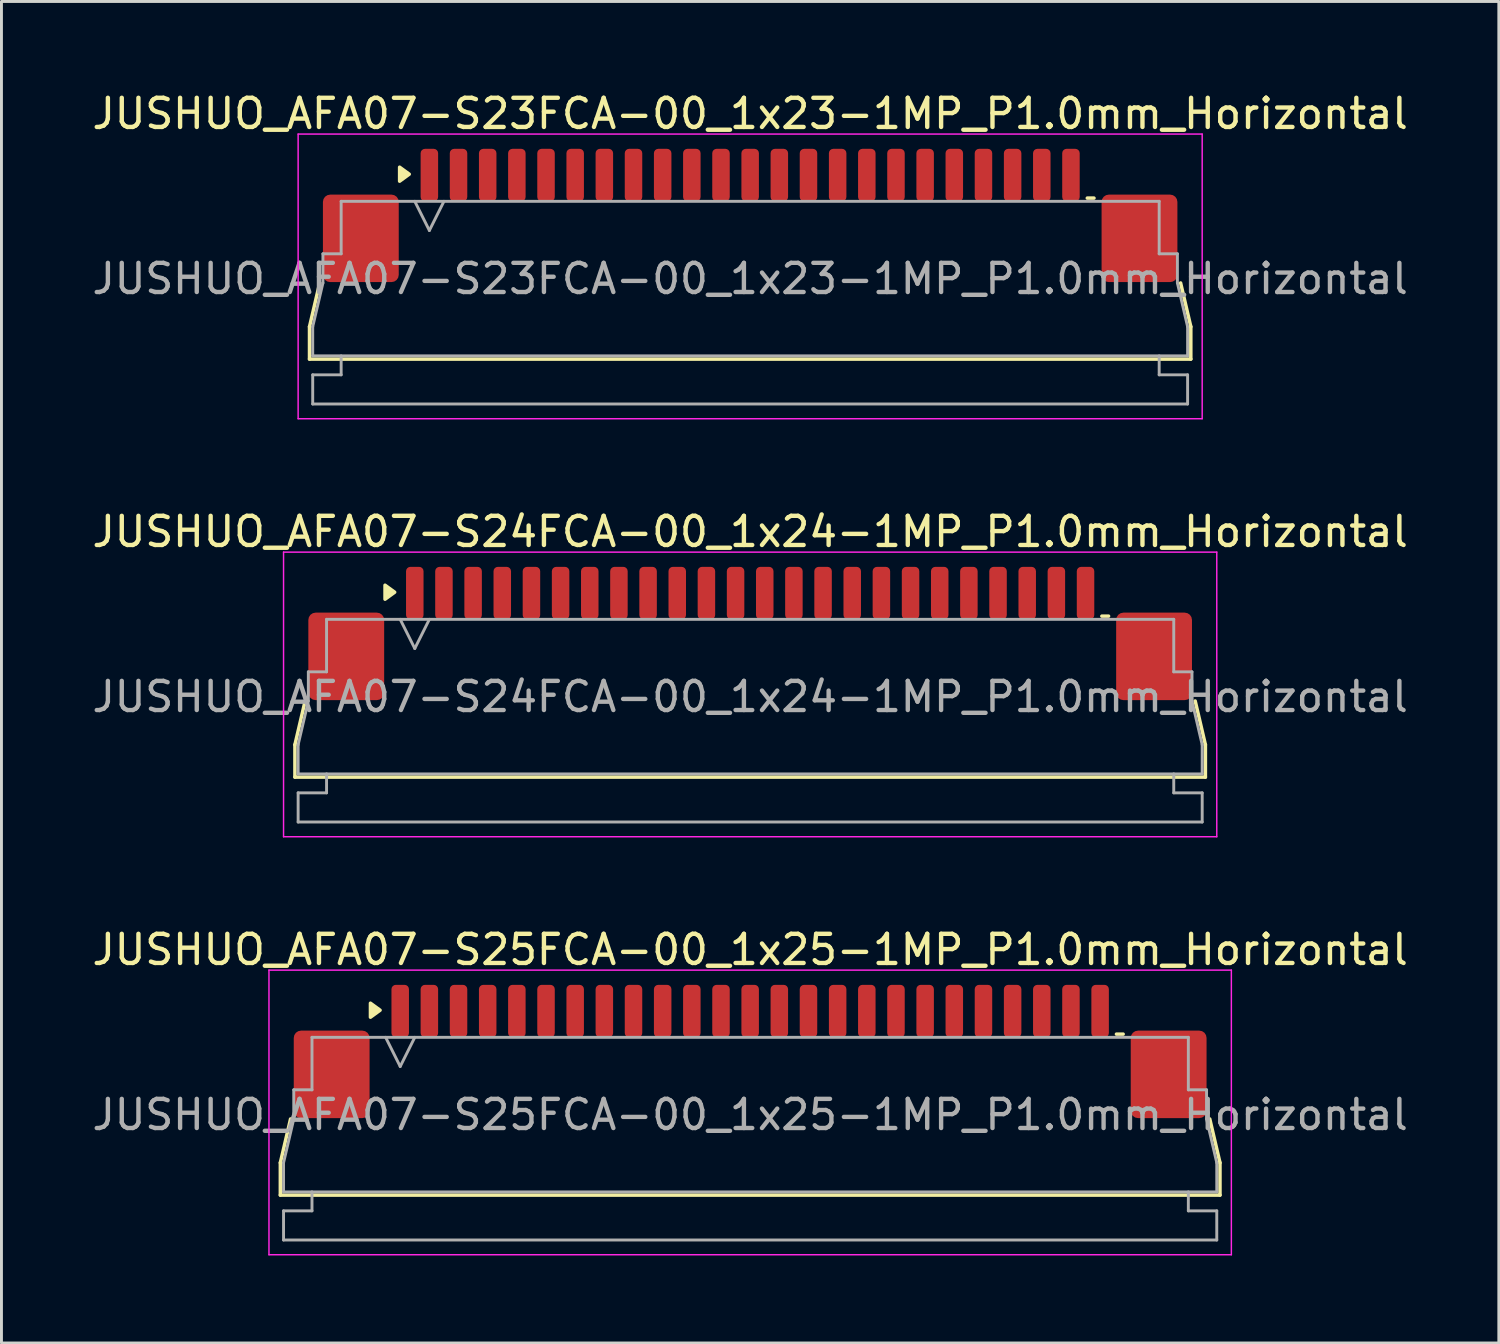
<source format=kicad_pcb>
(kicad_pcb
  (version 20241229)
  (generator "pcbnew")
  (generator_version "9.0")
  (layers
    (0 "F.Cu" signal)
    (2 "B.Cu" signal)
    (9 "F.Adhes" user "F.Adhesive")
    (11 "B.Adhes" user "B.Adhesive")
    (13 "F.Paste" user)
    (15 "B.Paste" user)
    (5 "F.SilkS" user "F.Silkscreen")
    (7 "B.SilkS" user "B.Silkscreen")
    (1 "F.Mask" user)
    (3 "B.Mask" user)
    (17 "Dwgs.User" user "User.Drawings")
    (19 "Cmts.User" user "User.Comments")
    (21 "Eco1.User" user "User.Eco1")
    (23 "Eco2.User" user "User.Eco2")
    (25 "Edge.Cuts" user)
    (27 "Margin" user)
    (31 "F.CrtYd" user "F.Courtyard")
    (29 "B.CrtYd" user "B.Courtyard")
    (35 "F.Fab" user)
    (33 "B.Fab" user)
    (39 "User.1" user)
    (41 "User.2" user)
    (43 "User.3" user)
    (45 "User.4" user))
  (footprint "JUSHUO_AFA07-S25FCA-00_1x25-1MP_P1.0mm_Horizontal"
    (layer "F.Cu")
    (at 22.673 34.995)
    (property "Reference" "JUSHUO_AFA07-S25FCA-00_1x25-1MP_P1.0mm_Horizontal" (at 0 -5.48 0) (layer "F.SilkS") (effects (font (size 1 1) (thickness 0.15))))
    (attr smd)
    (fp_line (start -16.11 1.825) (end -15.76 0.325) (stroke (width 0.12) (type solid)) (layer "F.SilkS"))
    (fp_line (start -16.11 2.935) (end -16.11 1.825) (stroke (width 0.12) (type solid)) (layer "F.SilkS"))
    (fp_line (start 12.56 -2.585) (end 12.79 -2.585) (stroke (width 0.12) (type solid)) (layer "F.SilkS"))
    (fp_line (start 15.76 0.325) (end 16.11 1.825) (stroke (width 0.12) (type solid)) (layer "F.SilkS"))
    (fp_line (start 16.11 1.825) (end 16.11 2.935) (stroke (width 0.12) (type solid)) (layer "F.SilkS"))
    (fp_line (start 16.11 2.935) (end -16.11 2.935) (stroke (width 0.12) (type solid)) (layer "F.SilkS"))
    (fp_poly (pts (xy -12.69 -3.405) (xy -13.02 -3.165) (xy -13.02 -3.645)) (stroke (width 0.12) (type solid)) (fill yes) (layer "F.SilkS"))
    (fp_line (start -16.5 -4.78) (end -16.5 4.98) (stroke (width 0.05) (type solid)) (layer "F.CrtYd"))
    (fp_line (start -16.5 4.98) (end 16.5 4.98) (stroke (width 0.05) (type solid)) (layer "F.CrtYd"))
    (fp_line (start 16.5 -4.78) (end -16.5 -4.78) (stroke (width 0.05) (type solid)) (layer "F.CrtYd"))
    (fp_line (start 16.5 4.98) (end 16.5 -4.78) (stroke (width 0.05) (type solid)) (layer "F.CrtYd"))
    (fp_line (start -16 1.825) (end -15.65 0.325) (stroke (width 0.1) (type solid)) (layer "F.Fab"))
    (fp_line (start -16 2.825) (end -16 1.825) (stroke (width 0.1) (type solid)) (layer "F.Fab"))
    (fp_line (start -16 3.475) (end -15.025 3.475) (stroke (width 0.1) (type solid)) (layer "F.Fab"))
    (fp_line (start -16 4.475) (end -16 3.475) (stroke (width 0.1) (type solid)) (layer "F.Fab"))
    (fp_line (start -15.65 -0.675) (end -15.025 -0.675) (stroke (width 0.1) (type solid)) (layer "F.Fab"))
    (fp_line (start -15.65 0.325) (end -15.65 -0.675) (stroke (width 0.1) (type solid)) (layer "F.Fab"))
    (fp_line (start -15.025 -2.475) (end 15.025 -2.475) (stroke (width 0.1) (type solid)) (layer "F.Fab"))
    (fp_line (start -15.025 -0.675) (end -15.025 -2.475) (stroke (width 0.1) (type solid)) (layer "F.Fab"))
    (fp_line (start -15.025 3.475) (end -15.025 2.825) (stroke (width 0.1) (type solid)) (layer "F.Fab"))
    (fp_line (start -12.5 -2.475) (end -12 -1.475) (stroke (width 0.1) (type solid)) (layer "F.Fab"))
    (fp_line (start -12 -1.475) (end -11.5 -2.475) (stroke (width 0.1) (type solid)) (layer "F.Fab"))
    (fp_line (start 15.025 -2.475) (end 15.025 -0.675) (stroke (width 0.1) (type solid)) (layer "F.Fab"))
    (fp_line (start 15.025 -0.675) (end 15.65 -0.675) (stroke (width 0.1) (type solid)) (layer "F.Fab"))
    (fp_line (start 15.025 2.825) (end 15.025 3.475) (stroke (width 0.1) (type solid)) (layer "F.Fab"))
    (fp_line (start 15.025 3.475) (end 16 3.475) (stroke (width 0.1) (type solid)) (layer "F.Fab"))
    (fp_line (start 15.65 -0.675) (end 15.65 0.325) (stroke (width 0.1) (type solid)) (layer "F.Fab"))
    (fp_line (start 15.65 0.325) (end 16 1.825) (stroke (width 0.1) (type solid)) (layer "F.Fab"))
    (fp_line (start 16 1.825) (end 16 2.825) (stroke (width 0.1) (type solid)) (layer "F.Fab"))
    (fp_line (start 16 2.825) (end -16 2.825) (stroke (width 0.1) (type solid)) (layer "F.Fab"))
    (fp_line (start 16 3.475) (end 16 4.475) (stroke (width 0.1) (type solid)) (layer "F.Fab"))
    (fp_line (start 16 4.475) (end -16 4.475) (stroke (width 0.1) (type solid)) (layer "F.Fab"))
    (fp_text user "${REFERENCE}" (at 0 0.18 0) (layer "F.Fab") (effects (font (size 1 1) (thickness 0.15))))
    (pad "1" smd roundrect (at -12 -3.375) (size 0.6 1.8) (layers "F.Cu" "F.Mask" "F.Paste") (roundrect_rratio 0.25))
    (pad "2" smd roundrect (at -11 -3.375) (size 0.6 1.8) (layers "F.Cu" "F.Mask" "F.Paste") (roundrect_rratio 0.25))
    (pad "3" smd roundrect (at -10 -3.375) (size 0.6 1.8) (layers "F.Cu" "F.Mask" "F.Paste") (roundrect_rratio 0.25))
    (pad "4" smd roundrect (at -9 -3.375) (size 0.6 1.8) (layers "F.Cu" "F.Mask" "F.Paste") (roundrect_rratio 0.25))
    (pad "5" smd roundrect (at -8 -3.375) (size 0.6 1.8) (layers "F.Cu" "F.Mask" "F.Paste") (roundrect_rratio 0.25))
    (pad "6" smd roundrect (at -7 -3.375) (size 0.6 1.8) (layers "F.Cu" "F.Mask" "F.Paste") (roundrect_rratio 0.25))
    (pad "7" smd roundrect (at -6 -3.375) (size 0.6 1.8) (layers "F.Cu" "F.Mask" "F.Paste") (roundrect_rratio 0.25))
    (pad "8" smd roundrect (at -5 -3.375) (size 0.6 1.8) (layers "F.Cu" "F.Mask" "F.Paste") (roundrect_rratio 0.25))
    (pad "9" smd roundrect (at -4 -3.375) (size 0.6 1.8) (layers "F.Cu" "F.Mask" "F.Paste") (roundrect_rratio 0.25))
    (pad "10" smd roundrect (at -3 -3.375) (size 0.6 1.8) (layers "F.Cu" "F.Mask" "F.Paste") (roundrect_rratio 0.25))
    (pad "11" smd roundrect (at -2 -3.375) (size 0.6 1.8) (layers "F.Cu" "F.Mask" "F.Paste") (roundrect_rratio 0.25))
    (pad "12" smd roundrect (at -1 -3.375) (size 0.6 1.8) (layers "F.Cu" "F.Mask" "F.Paste") (roundrect_rratio 0.25))
    (pad "13" smd roundrect (at 0 -3.375) (size 0.6 1.8) (layers "F.Cu" "F.Mask" "F.Paste") (roundrect_rratio 0.25))
    (pad "14" smd roundrect (at 1 -3.375) (size 0.6 1.8) (layers "F.Cu" "F.Mask" "F.Paste") (roundrect_rratio 0.25))
    (pad "15" smd roundrect (at 2 -3.375) (size 0.6 1.8) (layers "F.Cu" "F.Mask" "F.Paste") (roundrect_rratio 0.25))
    (pad "16" smd roundrect (at 3 -3.375) (size 0.6 1.8) (layers "F.Cu" "F.Mask" "F.Paste") (roundrect_rratio 0.25))
    (pad "17" smd roundrect (at 4 -3.375) (size 0.6 1.8) (layers "F.Cu" "F.Mask" "F.Paste") (roundrect_rratio 0.25))
    (pad "18" smd roundrect (at 5 -3.375) (size 0.6 1.8) (layers "F.Cu" "F.Mask" "F.Paste") (roundrect_rratio 0.25))
    (pad "19" smd roundrect (at 6 -3.375) (size 0.6 1.8) (layers "F.Cu" "F.Mask" "F.Paste") (roundrect_rratio 0.25))
    (pad "20" smd roundrect (at 7 -3.375) (size 0.6 1.8) (layers "F.Cu" "F.Mask" "F.Paste") (roundrect_rratio 0.25))
    (pad "21" smd roundrect (at 8 -3.375) (size 0.6 1.8) (layers "F.Cu" "F.Mask" "F.Paste") (roundrect_rratio 0.25))
    (pad "22" smd roundrect (at 9 -3.375) (size 0.6 1.8) (layers "F.Cu" "F.Mask" "F.Paste") (roundrect_rratio 0.25))
    (pad "23" smd roundrect (at 10 -3.375) (size 0.6 1.8) (layers "F.Cu" "F.Mask" "F.Paste") (roundrect_rratio 0.25))
    (pad "24" smd roundrect (at 11 -3.375) (size 0.6 1.8) (layers "F.Cu" "F.Mask" "F.Paste") (roundrect_rratio 0.25))
    (pad "25" smd roundrect (at 12 -3.375) (size 0.6 1.8) (layers "F.Cu" "F.Mask" "F.Paste") (roundrect_rratio 0.25))
    (pad "MP" smd roundrect (at -14.35 -1.205) (size 2.6 3) (layers "F.Cu" "F.Mask" "F.Paste") (roundrect_rratio 0.096))
    (pad "MP" smd roundrect (at 14.35 -1.205) (size 2.6 3) (layers "F.Cu" "F.Mask" "F.Paste") (roundrect_rratio 0.096)))
  (footprint "JUSHUO_AFA07-S23FCA-00_1x23-1MP_P1.0mm_Horizontal"
    (layer "F.Cu")
    (at 22.673 6.328)
    (property "Reference" "JUSHUO_AFA07-S23FCA-00_1x23-1MP_P1.0mm_Horizontal" (at 0 -5.48 0) (layer "F.SilkS") (effects (font (size 1 1) (thickness 0.15))))
    (attr smd)
    (fp_line (start -15.11 1.825) (end -14.76 0.325) (stroke (width 0.12) (type solid)) (layer "F.SilkS"))
    (fp_line (start -15.11 2.935) (end -15.11 1.825) (stroke (width 0.12) (type solid)) (layer "F.SilkS"))
    (fp_line (start 11.56 -2.585) (end 11.79 -2.585) (stroke (width 0.12) (type solid)) (layer "F.SilkS"))
    (fp_line (start 14.76 0.325) (end 15.11 1.825) (stroke (width 0.12) (type solid)) (layer "F.SilkS"))
    (fp_line (start 15.11 1.825) (end 15.11 2.935) (stroke (width 0.12) (type solid)) (layer "F.SilkS"))
    (fp_line (start 15.11 2.935) (end -15.11 2.935) (stroke (width 0.12) (type solid)) (layer "F.SilkS"))
    (fp_poly (pts (xy -11.69 -3.405) (xy -12.02 -3.165) (xy -12.02 -3.645)) (stroke (width 0.12) (type solid)) (fill yes) (layer "F.SilkS"))
    (fp_line (start -15.5 -4.78) (end -15.5 4.98) (stroke (width 0.05) (type solid)) (layer "F.CrtYd"))
    (fp_line (start -15.5 4.98) (end 15.5 4.98) (stroke (width 0.05) (type solid)) (layer "F.CrtYd"))
    (fp_line (start 15.5 -4.78) (end -15.5 -4.78) (stroke (width 0.05) (type solid)) (layer "F.CrtYd"))
    (fp_line (start 15.5 4.98) (end 15.5 -4.78) (stroke (width 0.05) (type solid)) (layer "F.CrtYd"))
    (fp_line (start -15 1.825) (end -14.65 0.325) (stroke (width 0.1) (type solid)) (layer "F.Fab"))
    (fp_line (start -15 2.825) (end -15 1.825) (stroke (width 0.1) (type solid)) (layer "F.Fab"))
    (fp_line (start -15 3.475) (end -14.025 3.475) (stroke (width 0.1) (type solid)) (layer "F.Fab"))
    (fp_line (start -15 4.475) (end -15 3.475) (stroke (width 0.1) (type solid)) (layer "F.Fab"))
    (fp_line (start -14.65 -0.675) (end -14.025 -0.675) (stroke (width 0.1) (type solid)) (layer "F.Fab"))
    (fp_line (start -14.65 0.325) (end -14.65 -0.675) (stroke (width 0.1) (type solid)) (layer "F.Fab"))
    (fp_line (start -14.025 -2.475) (end 14.025 -2.475) (stroke (width 0.1) (type solid)) (layer "F.Fab"))
    (fp_line (start -14.025 -0.675) (end -14.025 -2.475) (stroke (width 0.1) (type solid)) (layer "F.Fab"))
    (fp_line (start -14.025 3.475) (end -14.025 2.825) (stroke (width 0.1) (type solid)) (layer "F.Fab"))
    (fp_line (start -11.5 -2.475) (end -11 -1.475) (stroke (width 0.1) (type solid)) (layer "F.Fab"))
    (fp_line (start -11 -1.475) (end -10.5 -2.475) (stroke (width 0.1) (type solid)) (layer "F.Fab"))
    (fp_line (start 14.025 -2.475) (end 14.025 -0.675) (stroke (width 0.1) (type solid)) (layer "F.Fab"))
    (fp_line (start 14.025 -0.675) (end 14.65 -0.675) (stroke (width 0.1) (type solid)) (layer "F.Fab"))
    (fp_line (start 14.025 2.825) (end 14.025 3.475) (stroke (width 0.1) (type solid)) (layer "F.Fab"))
    (fp_line (start 14.025 3.475) (end 15 3.475) (stroke (width 0.1) (type solid)) (layer "F.Fab"))
    (fp_line (start 14.65 -0.675) (end 14.65 0.325) (stroke (width 0.1) (type solid)) (layer "F.Fab"))
    (fp_line (start 14.65 0.325) (end 15 1.825) (stroke (width 0.1) (type solid)) (layer "F.Fab"))
    (fp_line (start 15 1.825) (end 15 2.825) (stroke (width 0.1) (type solid)) (layer "F.Fab"))
    (fp_line (start 15 2.825) (end -15 2.825) (stroke (width 0.1) (type solid)) (layer "F.Fab"))
    (fp_line (start 15 3.475) (end 15 4.475) (stroke (width 0.1) (type solid)) (layer "F.Fab"))
    (fp_line (start 15 4.475) (end -15 4.475) (stroke (width 0.1) (type solid)) (layer "F.Fab"))
    (fp_text user "${REFERENCE}" (at 0 0.18 0) (layer "F.Fab") (effects (font (size 1 1) (thickness 0.15))))
    (pad "1" smd roundrect (at -11 -3.375) (size 0.6 1.8) (layers "F.Cu" "F.Mask" "F.Paste") (roundrect_rratio 0.25))
    (pad "2" smd roundrect (at -10 -3.375) (size 0.6 1.8) (layers "F.Cu" "F.Mask" "F.Paste") (roundrect_rratio 0.25))
    (pad "3" smd roundrect (at -9 -3.375) (size 0.6 1.8) (layers "F.Cu" "F.Mask" "F.Paste") (roundrect_rratio 0.25))
    (pad "4" smd roundrect (at -8 -3.375) (size 0.6 1.8) (layers "F.Cu" "F.Mask" "F.Paste") (roundrect_rratio 0.25))
    (pad "5" smd roundrect (at -7 -3.375) (size 0.6 1.8) (layers "F.Cu" "F.Mask" "F.Paste") (roundrect_rratio 0.25))
    (pad "6" smd roundrect (at -6 -3.375) (size 0.6 1.8) (layers "F.Cu" "F.Mask" "F.Paste") (roundrect_rratio 0.25))
    (pad "7" smd roundrect (at -5 -3.375) (size 0.6 1.8) (layers "F.Cu" "F.Mask" "F.Paste") (roundrect_rratio 0.25))
    (pad "8" smd roundrect (at -4 -3.375) (size 0.6 1.8) (layers "F.Cu" "F.Mask" "F.Paste") (roundrect_rratio 0.25))
    (pad "9" smd roundrect (at -3 -3.375) (size 0.6 1.8) (layers "F.Cu" "F.Mask" "F.Paste") (roundrect_rratio 0.25))
    (pad "10" smd roundrect (at -2 -3.375) (size 0.6 1.8) (layers "F.Cu" "F.Mask" "F.Paste") (roundrect_rratio 0.25))
    (pad "11" smd roundrect (at -1 -3.375) (size 0.6 1.8) (layers "F.Cu" "F.Mask" "F.Paste") (roundrect_rratio 0.25))
    (pad "12" smd roundrect (at 0 -3.375) (size 0.6 1.8) (layers "F.Cu" "F.Mask" "F.Paste") (roundrect_rratio 0.25))
    (pad "13" smd roundrect (at 1 -3.375) (size 0.6 1.8) (layers "F.Cu" "F.Mask" "F.Paste") (roundrect_rratio 0.25))
    (pad "14" smd roundrect (at 2 -3.375) (size 0.6 1.8) (layers "F.Cu" "F.Mask" "F.Paste") (roundrect_rratio 0.25))
    (pad "15" smd roundrect (at 3 -3.375) (size 0.6 1.8) (layers "F.Cu" "F.Mask" "F.Paste") (roundrect_rratio 0.25))
    (pad "16" smd roundrect (at 4 -3.375) (size 0.6 1.8) (layers "F.Cu" "F.Mask" "F.Paste") (roundrect_rratio 0.25))
    (pad "17" smd roundrect (at 5 -3.375) (size 0.6 1.8) (layers "F.Cu" "F.Mask" "F.Paste") (roundrect_rratio 0.25))
    (pad "18" smd roundrect (at 6 -3.375) (size 0.6 1.8) (layers "F.Cu" "F.Mask" "F.Paste") (roundrect_rratio 0.25))
    (pad "19" smd roundrect (at 7 -3.375) (size 0.6 1.8) (layers "F.Cu" "F.Mask" "F.Paste") (roundrect_rratio 0.25))
    (pad "20" smd roundrect (at 8 -3.375) (size 0.6 1.8) (layers "F.Cu" "F.Mask" "F.Paste") (roundrect_rratio 0.25))
    (pad "21" smd roundrect (at 9 -3.375) (size 0.6 1.8) (layers "F.Cu" "F.Mask" "F.Paste") (roundrect_rratio 0.25))
    (pad "22" smd roundrect (at 10 -3.375) (size 0.6 1.8) (layers "F.Cu" "F.Mask" "F.Paste") (roundrect_rratio 0.25))
    (pad "23" smd roundrect (at 11 -3.375) (size 0.6 1.8) (layers "F.Cu" "F.Mask" "F.Paste") (roundrect_rratio 0.25))
    (pad "MP" smd roundrect (at -13.35 -1.205) (size 2.6 3) (layers "F.Cu" "F.Mask" "F.Paste") (roundrect_rratio 0.096))
    (pad "MP" smd roundrect (at 13.35 -1.205) (size 2.6 3) (layers "F.Cu" "F.Mask" "F.Paste") (roundrect_rratio 0.096)))
  (footprint "JUSHUO_AFA07-S24FCA-00_1x24-1MP_P1.0mm_Horizontal"
    (layer "F.Cu")
    (at 22.673 20.662)
    (property "Reference" "JUSHUO_AFA07-S24FCA-00_1x24-1MP_P1.0mm_Horizontal" (at 0 -5.48 0) (layer "F.SilkS") (effects (font (size 1 1) (thickness 0.15))))
    (attr smd)
    (fp_line (start -15.61 1.825) (end -15.26 0.325) (stroke (width 0.12) (type solid)) (layer "F.SilkS"))
    (fp_line (start -15.61 2.935) (end -15.61 1.825) (stroke (width 0.12) (type solid)) (layer "F.SilkS"))
    (fp_line (start 12.06 -2.585) (end 12.29 -2.585) (stroke (width 0.12) (type solid)) (layer "F.SilkS"))
    (fp_line (start 15.26 0.325) (end 15.61 1.825) (stroke (width 0.12) (type solid)) (layer "F.SilkS"))
    (fp_line (start 15.61 1.825) (end 15.61 2.935) (stroke (width 0.12) (type solid)) (layer "F.SilkS"))
    (fp_line (start 15.61 2.935) (end -15.61 2.935) (stroke (width 0.12) (type solid)) (layer "F.SilkS"))
    (fp_poly (pts (xy -12.19 -3.405) (xy -12.52 -3.165) (xy -12.52 -3.645)) (stroke (width 0.12) (type solid)) (fill yes) (layer "F.SilkS"))
    (fp_line (start -16 -4.78) (end -16 4.98) (stroke (width 0.05) (type solid)) (layer "F.CrtYd"))
    (fp_line (start -16 4.98) (end 16 4.98) (stroke (width 0.05) (type solid)) (layer "F.CrtYd"))
    (fp_line (start 16 -4.78) (end -16 -4.78) (stroke (width 0.05) (type solid)) (layer "F.CrtYd"))
    (fp_line (start 16 4.98) (end 16 -4.78) (stroke (width 0.05) (type solid)) (layer "F.CrtYd"))
    (fp_line (start -15.5 1.825) (end -15.15 0.325) (stroke (width 0.1) (type solid)) (layer "F.Fab"))
    (fp_line (start -15.5 2.825) (end -15.5 1.825) (stroke (width 0.1) (type solid)) (layer "F.Fab"))
    (fp_line (start -15.5 3.475) (end -14.525 3.475) (stroke (width 0.1) (type solid)) (layer "F.Fab"))
    (fp_line (start -15.5 4.475) (end -15.5 3.475) (stroke (width 0.1) (type solid)) (layer "F.Fab"))
    (fp_line (start -15.15 -0.675) (end -14.525 -0.675) (stroke (width 0.1) (type solid)) (layer "F.Fab"))
    (fp_line (start -15.15 0.325) (end -15.15 -0.675) (stroke (width 0.1) (type solid)) (layer "F.Fab"))
    (fp_line (start -14.525 -2.475) (end 14.525 -2.475) (stroke (width 0.1) (type solid)) (layer "F.Fab"))
    (fp_line (start -14.525 -0.675) (end -14.525 -2.475) (stroke (width 0.1) (type solid)) (layer "F.Fab"))
    (fp_line (start -14.525 3.475) (end -14.525 2.825) (stroke (width 0.1) (type solid)) (layer "F.Fab"))
    (fp_line (start -12 -2.475) (end -11.5 -1.475) (stroke (width 0.1) (type solid)) (layer "F.Fab"))
    (fp_line (start -11.5 -1.475) (end -11 -2.475) (stroke (width 0.1) (type solid)) (layer "F.Fab"))
    (fp_line (start 14.525 -2.475) (end 14.525 -0.675) (stroke (width 0.1) (type solid)) (layer "F.Fab"))
    (fp_line (start 14.525 -0.675) (end 15.15 -0.675) (stroke (width 0.1) (type solid)) (layer "F.Fab"))
    (fp_line (start 14.525 2.825) (end 14.525 3.475) (stroke (width 0.1) (type solid)) (layer "F.Fab"))
    (fp_line (start 14.525 3.475) (end 15.5 3.475) (stroke (width 0.1) (type solid)) (layer "F.Fab"))
    (fp_line (start 15.15 -0.675) (end 15.15 0.325) (stroke (width 0.1) (type solid)) (layer "F.Fab"))
    (fp_line (start 15.15 0.325) (end 15.5 1.825) (stroke (width 0.1) (type solid)) (layer "F.Fab"))
    (fp_line (start 15.5 1.825) (end 15.5 2.825) (stroke (width 0.1) (type solid)) (layer "F.Fab"))
    (fp_line (start 15.5 2.825) (end -15.5 2.825) (stroke (width 0.1) (type solid)) (layer "F.Fab"))
    (fp_line (start 15.5 3.475) (end 15.5 4.475) (stroke (width 0.1) (type solid)) (layer "F.Fab"))
    (fp_line (start 15.5 4.475) (end -15.5 4.475) (stroke (width 0.1) (type solid)) (layer "F.Fab"))
    (fp_text user "${REFERENCE}" (at 0 0.18 0) (layer "F.Fab") (effects (font (size 1 1) (thickness 0.15))))
    (pad "1" smd roundrect (at -11.5 -3.375) (size 0.6 1.8) (layers "F.Cu" "F.Mask" "F.Paste") (roundrect_rratio 0.25))
    (pad "2" smd roundrect (at -10.5 -3.375) (size 0.6 1.8) (layers "F.Cu" "F.Mask" "F.Paste") (roundrect_rratio 0.25))
    (pad "3" smd roundrect (at -9.5 -3.375) (size 0.6 1.8) (layers "F.Cu" "F.Mask" "F.Paste") (roundrect_rratio 0.25))
    (pad "4" smd roundrect (at -8.5 -3.375) (size 0.6 1.8) (layers "F.Cu" "F.Mask" "F.Paste") (roundrect_rratio 0.25))
    (pad "5" smd roundrect (at -7.5 -3.375) (size 0.6 1.8) (layers "F.Cu" "F.Mask" "F.Paste") (roundrect_rratio 0.25))
    (pad "6" smd roundrect (at -6.5 -3.375) (size 0.6 1.8) (layers "F.Cu" "F.Mask" "F.Paste") (roundrect_rratio 0.25))
    (pad "7" smd roundrect (at -5.5 -3.375) (size 0.6 1.8) (layers "F.Cu" "F.Mask" "F.Paste") (roundrect_rratio 0.25))
    (pad "8" smd roundrect (at -4.5 -3.375) (size 0.6 1.8) (layers "F.Cu" "F.Mask" "F.Paste") (roundrect_rratio 0.25))
    (pad "9" smd roundrect (at -3.5 -3.375) (size 0.6 1.8) (layers "F.Cu" "F.Mask" "F.Paste") (roundrect_rratio 0.25))
    (pad "10" smd roundrect (at -2.5 -3.375) (size 0.6 1.8) (layers "F.Cu" "F.Mask" "F.Paste") (roundrect_rratio 0.25))
    (pad "11" smd roundrect (at -1.5 -3.375) (size 0.6 1.8) (layers "F.Cu" "F.Mask" "F.Paste") (roundrect_rratio 0.25))
    (pad "12" smd roundrect (at -0.5 -3.375) (size 0.6 1.8) (layers "F.Cu" "F.Mask" "F.Paste") (roundrect_rratio 0.25))
    (pad "13" smd roundrect (at 0.5 -3.375) (size 0.6 1.8) (layers "F.Cu" "F.Mask" "F.Paste") (roundrect_rratio 0.25))
    (pad "14" smd roundrect (at 1.5 -3.375) (size 0.6 1.8) (layers "F.Cu" "F.Mask" "F.Paste") (roundrect_rratio 0.25))
    (pad "15" smd roundrect (at 2.5 -3.375) (size 0.6 1.8) (layers "F.Cu" "F.Mask" "F.Paste") (roundrect_rratio 0.25))
    (pad "16" smd roundrect (at 3.5 -3.375) (size 0.6 1.8) (layers "F.Cu" "F.Mask" "F.Paste") (roundrect_rratio 0.25))
    (pad "17" smd roundrect (at 4.5 -3.375) (size 0.6 1.8) (layers "F.Cu" "F.Mask" "F.Paste") (roundrect_rratio 0.25))
    (pad "18" smd roundrect (at 5.5 -3.375) (size 0.6 1.8) (layers "F.Cu" "F.Mask" "F.Paste") (roundrect_rratio 0.25))
    (pad "19" smd roundrect (at 6.5 -3.375) (size 0.6 1.8) (layers "F.Cu" "F.Mask" "F.Paste") (roundrect_rratio 0.25))
    (pad "20" smd roundrect (at 7.5 -3.375) (size 0.6 1.8) (layers "F.Cu" "F.Mask" "F.Paste") (roundrect_rratio 0.25))
    (pad "21" smd roundrect (at 8.5 -3.375) (size 0.6 1.8) (layers "F.Cu" "F.Mask" "F.Paste") (roundrect_rratio 0.25))
    (pad "22" smd roundrect (at 9.5 -3.375) (size 0.6 1.8) (layers "F.Cu" "F.Mask" "F.Paste") (roundrect_rratio 0.25))
    (pad "23" smd roundrect (at 10.5 -3.375) (size 0.6 1.8) (layers "F.Cu" "F.Mask" "F.Paste") (roundrect_rratio 0.25))
    (pad "24" smd roundrect (at 11.5 -3.375) (size 0.6 1.8) (layers "F.Cu" "F.Mask" "F.Paste") (roundrect_rratio 0.25))
    (pad "MP" smd roundrect (at -13.85 -1.205) (size 2.6 3) (layers "F.Cu" "F.Mask" "F.Paste") (roundrect_rratio 0.096))
    (pad "MP" smd roundrect (at 13.85 -1.205) (size 2.6 3) (layers "F.Cu" "F.Mask" "F.Paste") (roundrect_rratio 0.096)))
  (gr_rect
    (start -3 -3)
    (end 48.345 43)
    (stroke (width 0.1) (type default))
    (fill no)
    (layer "Edge.Cuts")))
</source>
